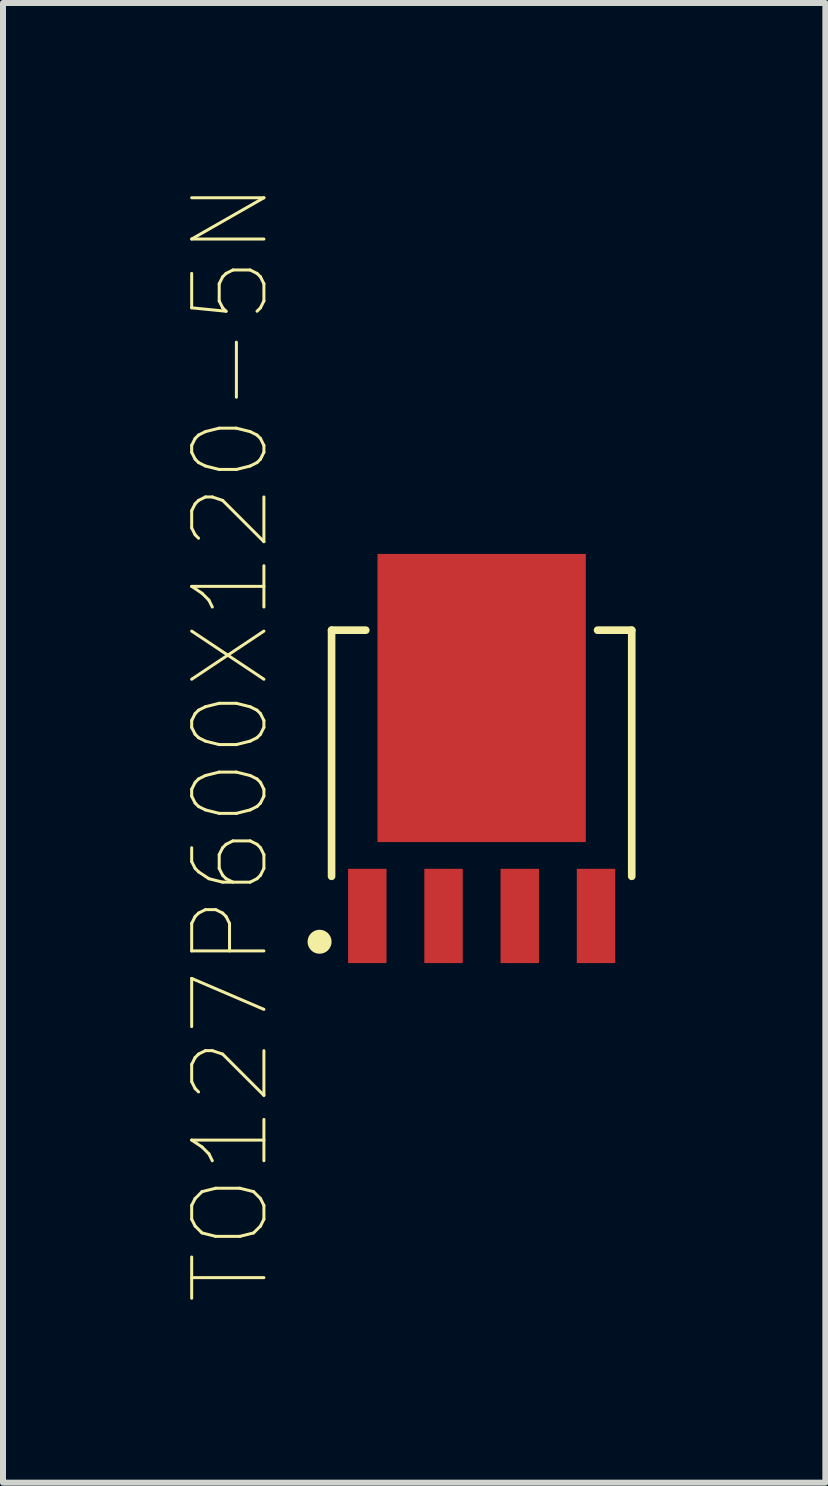
<source format=kicad_pcb>
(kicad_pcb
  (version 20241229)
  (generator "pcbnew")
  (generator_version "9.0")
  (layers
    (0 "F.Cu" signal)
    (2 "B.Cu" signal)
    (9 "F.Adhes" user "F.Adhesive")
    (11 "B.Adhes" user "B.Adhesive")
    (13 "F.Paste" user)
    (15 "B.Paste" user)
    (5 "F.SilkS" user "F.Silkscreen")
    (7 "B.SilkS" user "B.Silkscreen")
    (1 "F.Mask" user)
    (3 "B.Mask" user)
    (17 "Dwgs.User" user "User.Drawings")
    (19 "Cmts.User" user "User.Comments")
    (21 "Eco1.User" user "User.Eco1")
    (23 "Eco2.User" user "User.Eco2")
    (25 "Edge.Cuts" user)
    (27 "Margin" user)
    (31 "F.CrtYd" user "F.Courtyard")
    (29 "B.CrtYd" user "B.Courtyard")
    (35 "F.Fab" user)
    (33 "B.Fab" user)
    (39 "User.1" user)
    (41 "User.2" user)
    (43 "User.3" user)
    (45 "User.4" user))
  (footprint "TO127P600X120-5N"
    (layer "F.Cu")
    (at 4.973 9.637)
    (property "Reference" "TO127P600X120-5N" (at -4.181 -0.313 90) (layer "F.SilkS") (effects (font (size 1.203 1.203) (thickness 0.05))))
    (attr smd)
    (fp_line (start -2.5 -2.19) (end -2.5 1.91) (stroke (width 0.127) (type solid)) (layer "F.SilkS"))
    (fp_line (start -1.93 -2.19) (end -2.5 -2.19) (stroke (width 0.127) (type solid)) (layer "F.SilkS"))
    (fp_line (start 1.93 -2.19) (end 2.5 -2.19) (stroke (width 0.127) (type solid)) (layer "F.SilkS"))
    (fp_line (start 2.5 -2.19) (end 2.5 1.91) (stroke (width 0.127) (type solid)) (layer "F.SilkS"))
    (fp_circle (center -2.7 3) (end -2.6 3) (stroke (width 0.2) (type solid)) (fill no) (layer "F.SilkS"))
    (fp_poly (pts (xy -0.195 -1.497) (xy -1.605 -1.497) (xy -1.605 -3.065) (xy -0.195 -3.065)) (stroke (width 0) (type solid)) (fill yes) (layer "F.Paste"))
    (fp_poly (pts (xy -0.195 1.118) (xy -1.591 1.118) (xy -1.591 -0.865) (xy -0.195 -0.865)) (stroke (width 0) (type solid)) (fill yes) (layer "F.Paste"))
    (fp_poly (pts (xy 0.228 -0.865) (xy 1.345 -0.865) (xy 1.345 1.107) (xy 0.228 1.107)) (stroke (width 0) (type solid)) (fill yes) (layer "F.Paste"))
    (fp_poly (pts (xy 0.232 -3.065) (xy 1.345 -3.065) (xy 1.345 -1.493) (xy 0.232 -1.493)) (stroke (width 0) (type solid)) (fill yes) (layer "F.Paste"))
    (fp_line (start -2.7 -3.66) (end 2.7 -3.66) (stroke (width 0.05) (type solid)) (layer "Eco1.User"))
    (fp_line (start -2.7 3.555) (end -2.7 -3.66) (stroke (width 0.05) (type solid)) (layer "Eco1.User"))
    (fp_line (start 2.7 -3.66) (end 2.7 3.555) (stroke (width 0.05) (type solid)) (layer "Eco1.User"))
    (fp_line (start 2.7 3.555) (end -2.7 3.555) (stroke (width 0.05) (type solid)) (layer "Eco1.User"))
    (fp_line (start -2.5 -2.185) (end 2.5 -2.185) (stroke (width 0.127) (type solid)) (layer "Eco2.User"))
    (fp_line (start -2.5 1.915) (end -2.5 -2.185) (stroke (width 0.127) (type solid)) (layer "Eco2.User"))
    (fp_line (start 2.5 -2.185) (end 2.5 1.915) (stroke (width 0.127) (type solid)) (layer "Eco2.User"))
    (fp_line (start 2.5 1.915) (end -2.5 1.915) (stroke (width 0.127) (type solid)) (layer "Eco2.User"))
    (pad "1" smd rect (at -1.905 2.57 90) (size 1.57 0.64) (layers "F.Cu" "F.Mask" "F.Paste"))
    (pad "2" smd rect (at -0.635 2.57 90) (size 1.57 0.64) (layers "F.Cu" "F.Mask" "F.Paste"))
    (pad "3" smd rect (at 0.635 2.57 90) (size 1.57 0.64) (layers "F.Cu" "F.Mask" "F.Paste"))
    (pad "4" smd rect (at 1.905 2.57 90) (size 1.57 0.64) (layers "F.Cu" "F.Mask" "F.Paste"))
    (pad "5" smd rect (at 0 -1.06) (size 3.47 4.8) (layers "F.Cu" "F.Mask" "F.Paste")))
  (gr_rect
    (start -3 -3)
    (end 10.698 21.647)
    (stroke (width 0.1) (type default))
    (fill no)
    (layer "Edge.Cuts")))
</source>
